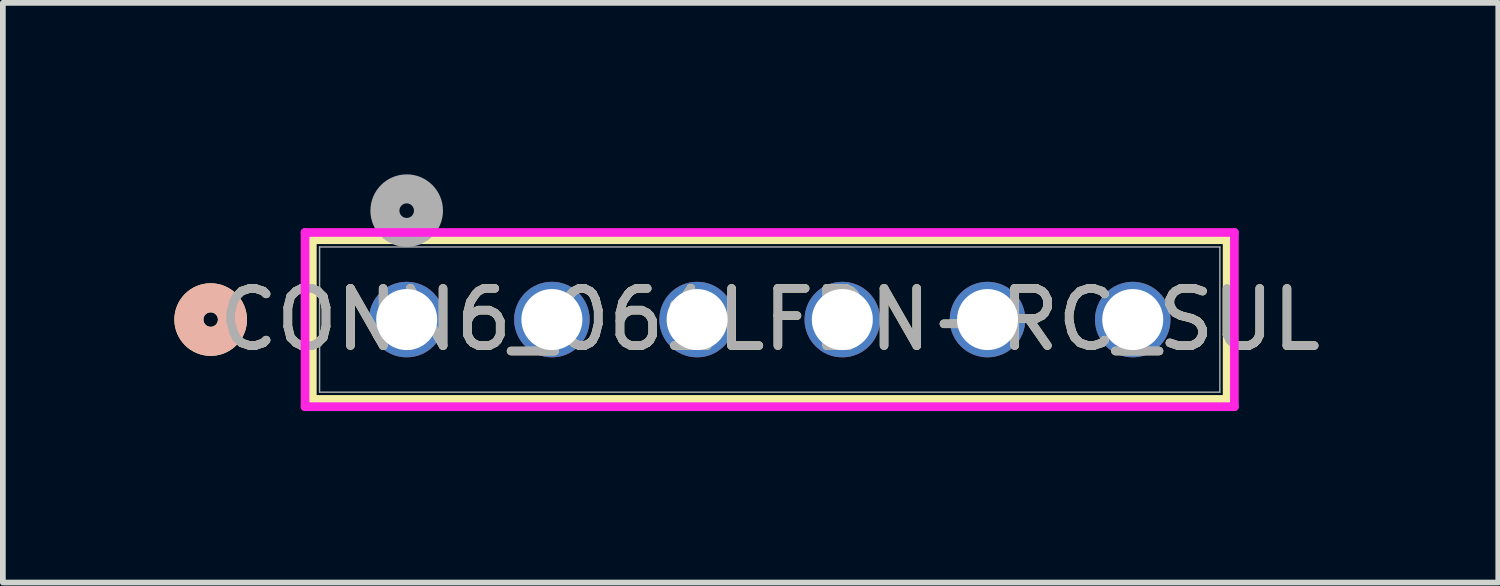
<source format=kicad_pcb>
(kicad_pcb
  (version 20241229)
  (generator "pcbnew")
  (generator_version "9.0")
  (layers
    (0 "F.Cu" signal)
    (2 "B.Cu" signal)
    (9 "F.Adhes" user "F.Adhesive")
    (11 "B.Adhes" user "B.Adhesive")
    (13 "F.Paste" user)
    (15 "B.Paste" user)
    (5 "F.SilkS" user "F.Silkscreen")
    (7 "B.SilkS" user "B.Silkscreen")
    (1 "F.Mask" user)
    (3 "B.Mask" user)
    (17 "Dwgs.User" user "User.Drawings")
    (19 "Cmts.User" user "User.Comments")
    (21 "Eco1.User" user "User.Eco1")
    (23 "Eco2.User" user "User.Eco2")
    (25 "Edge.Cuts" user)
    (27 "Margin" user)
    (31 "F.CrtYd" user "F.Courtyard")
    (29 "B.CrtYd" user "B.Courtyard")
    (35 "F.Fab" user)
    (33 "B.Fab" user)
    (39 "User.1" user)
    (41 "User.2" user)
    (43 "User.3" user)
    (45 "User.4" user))
  (footprint "CONN6_061LFBN-RC_SUL"
    (layer "F.Cu")
    (at 4.064 2.54)
    (property "Reference" "CONN6_061LFBN-RC_SUL" (at 6.35 0 0) (unlocked yes) (layer "F.SilkS") (effects (font (size 1 1) (thickness 0.15))))
    (attr through_hole)
    (fp_line (start -1.651 -1.397) (end -1.651 1.397) (stroke (width 0.152) (type solid)) (layer "F.SilkS"))
    (fp_line (start -1.651 1.397) (end 14.351 1.397) (stroke (width 0.152) (type solid)) (layer "F.SilkS"))
    (fp_line (start 14.351 -1.397) (end -1.651 -1.397) (stroke (width 0.152) (type solid)) (layer "F.SilkS"))
    (fp_line (start 14.351 1.397) (end 14.351 -1.397) (stroke (width 0.152) (type solid)) (layer "F.SilkS"))
    (fp_circle (center -3.429 0) (end -3.048 0) (stroke (width 0.508) (type solid)) (fill no) (layer "F.SilkS"))
    (fp_circle (center -3.429 0) (end -3.048 0) (stroke (width 0.508) (type solid)) (fill no) (layer "B.SilkS"))
    (fp_line (start -1.778 -1.524) (end -1.778 1.524) (stroke (width 0.152) (type solid)) (layer "F.CrtYd"))
    (fp_line (start -1.778 1.524) (end 14.478 1.524) (stroke (width 0.152) (type solid)) (layer "F.CrtYd"))
    (fp_line (start 14.478 -1.524) (end -1.778 -1.524) (stroke (width 0.152) (type solid)) (layer "F.CrtYd"))
    (fp_line (start 14.478 1.524) (end 14.478 -1.524) (stroke (width 0.152) (type solid)) (layer "F.CrtYd"))
    (fp_line (start -1.524 -1.27) (end -1.524 1.27) (stroke (width 0.025) (type solid)) (layer "F.Fab"))
    (fp_line (start -1.524 1.27) (end 14.224 1.27) (stroke (width 0.025) (type solid)) (layer "F.Fab"))
    (fp_line (start 14.224 -1.27) (end -1.524 -1.27) (stroke (width 0.025) (type solid)) (layer "F.Fab"))
    (fp_line (start 14.224 1.27) (end 14.224 -1.27) (stroke (width 0.025) (type solid)) (layer "F.Fab"))
    (fp_circle (center 0 -1.905) (end 0.381 -1.905) (stroke (width 0.508) (type solid)) (fill no) (layer "F.Fab"))
    (fp_text user "${REFERENCE}" (at 6.35 0 0) (unlocked yes) (layer "F.Fab") (effects (font (size 1 1) (thickness 0.15))))
    (pad "1" thru_hole circle (at 0 0) (size 1.321 1.321) (drill 1.067) (layers "*.Cu" "*.Mask"))
    (pad "2" thru_hole circle (at 2.54 0) (size 1.321 1.321) (drill 1.067) (layers "*.Cu" "*.Mask"))
    (pad "3" thru_hole circle (at 5.08 0) (size 1.321 1.321) (drill 1.067) (layers "*.Cu" "*.Mask"))
    (pad "4" thru_hole circle (at 7.62 0) (size 1.321 1.321) (drill 1.067) (layers "*.Cu" "*.Mask"))
    (pad "5" thru_hole circle (at 10.16 0) (size 1.321 1.321) (drill 1.067) (layers "*.Cu" "*.Mask"))
    (pad "6" thru_hole circle (at 12.7 0) (size 1.321 1.321) (drill 1.067) (layers "*.Cu" "*.Mask")))
  (gr_rect
    (start -3 -3)
    (end 23.158 7.14)
    (stroke (width 0.1) (type default))
    (fill no)
    (layer "Edge.Cuts")))
</source>
